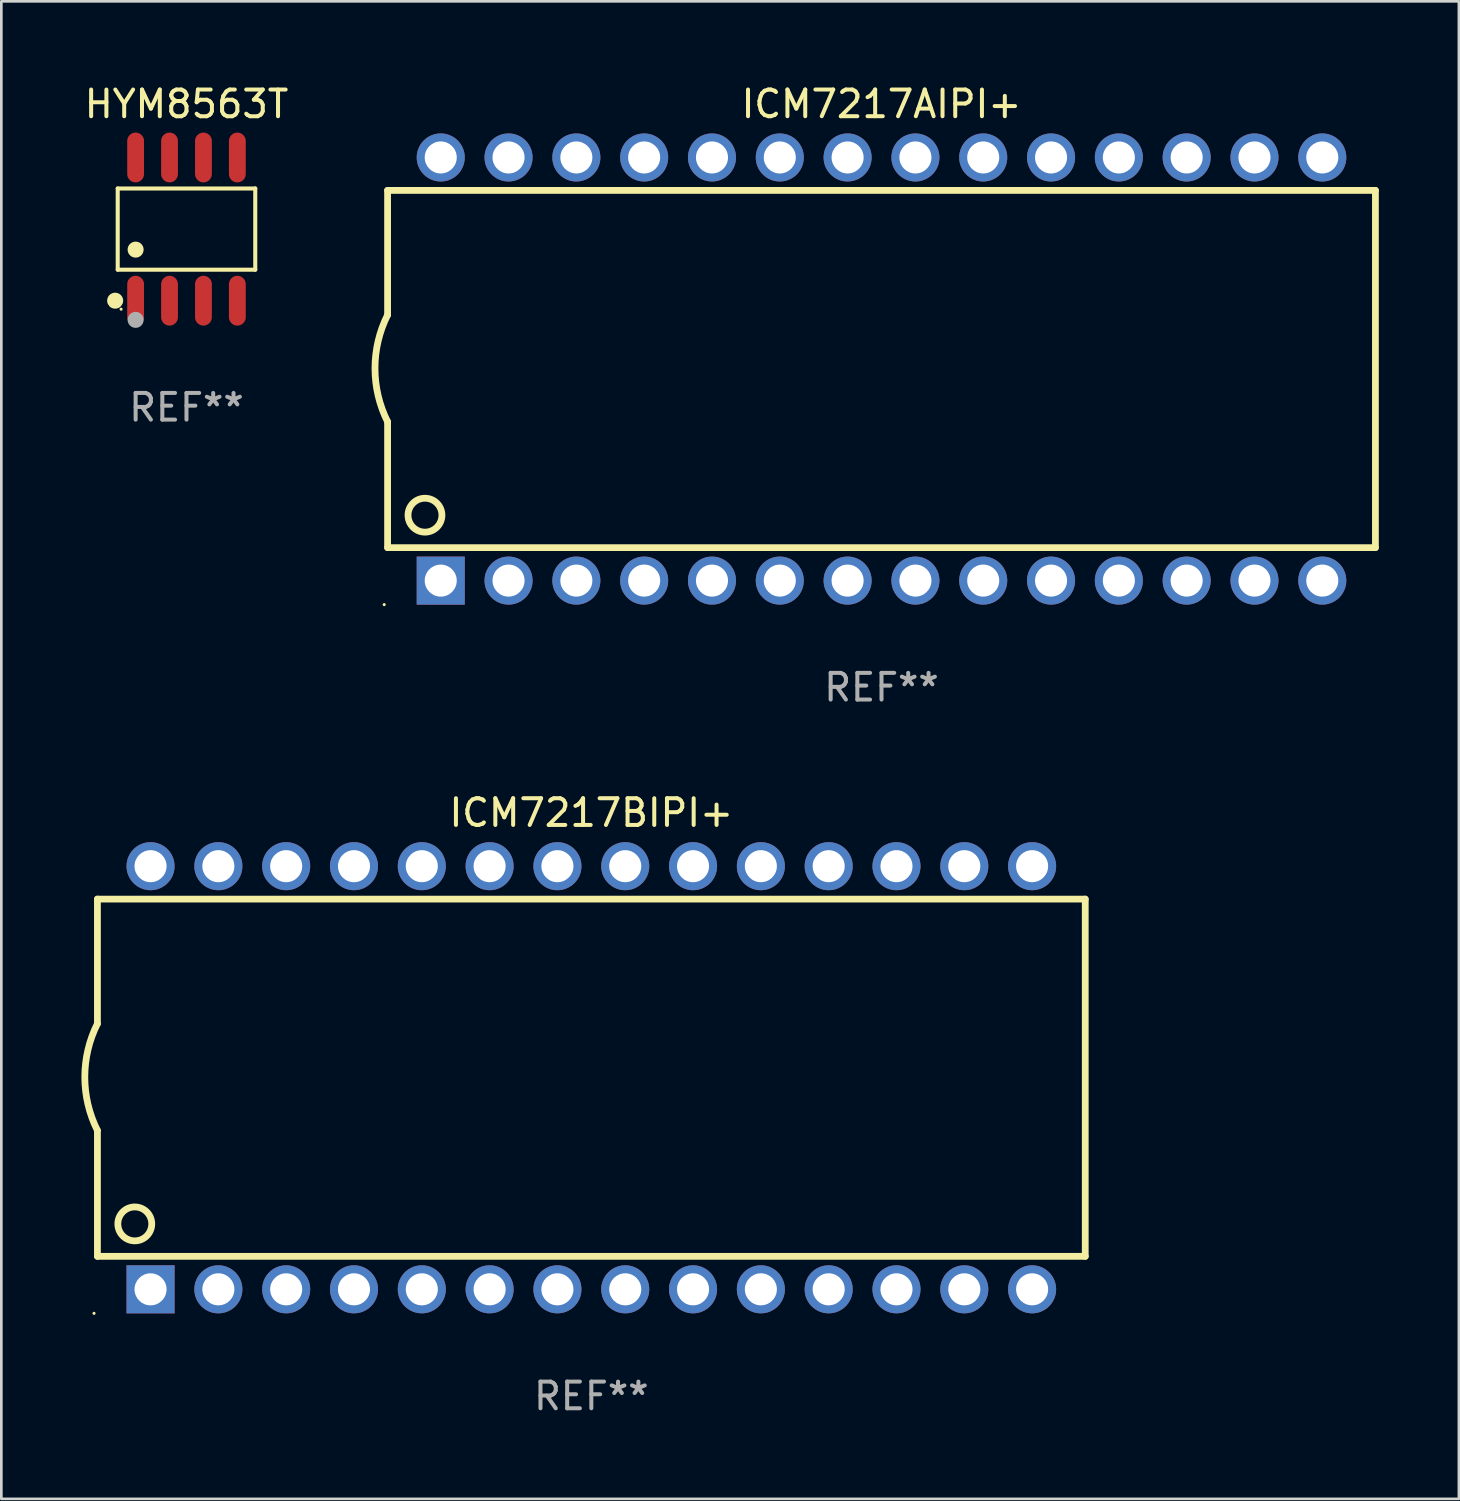
<source format=kicad_pcb>
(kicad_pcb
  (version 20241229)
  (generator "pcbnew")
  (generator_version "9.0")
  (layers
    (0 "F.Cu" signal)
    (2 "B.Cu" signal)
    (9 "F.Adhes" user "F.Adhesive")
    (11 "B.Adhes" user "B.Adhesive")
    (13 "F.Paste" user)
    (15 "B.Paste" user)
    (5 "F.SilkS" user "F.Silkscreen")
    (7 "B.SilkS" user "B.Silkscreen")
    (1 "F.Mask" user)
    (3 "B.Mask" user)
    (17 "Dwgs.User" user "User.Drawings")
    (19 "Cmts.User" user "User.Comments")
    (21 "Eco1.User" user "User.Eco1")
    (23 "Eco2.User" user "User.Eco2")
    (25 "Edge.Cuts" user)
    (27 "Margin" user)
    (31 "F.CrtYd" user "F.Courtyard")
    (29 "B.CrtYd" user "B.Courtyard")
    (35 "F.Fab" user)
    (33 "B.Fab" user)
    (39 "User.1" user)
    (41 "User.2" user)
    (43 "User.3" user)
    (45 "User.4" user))
  (footprint "HYM8563T"
    (layer "F.Cu")
    (at 3.935 5.531)
    (property "Reference" "HYM8563T" (at 0 -4.682 0) (layer "F.SilkS") (effects (font (size 1 1) (thickness 0.15))))
    (attr through_hole)
    (fp_line (start -2.576 -1.521) (end 2.576 -1.521) (stroke (width 0.152) (type solid)) (layer "F.SilkS"))
    (fp_line (start -2.576 1.521) (end -2.576 -1.521) (stroke (width 0.152) (type solid)) (layer "F.SilkS"))
    (fp_line (start 2.576 -1.521) (end 2.576 1.521) (stroke (width 0.152) (type solid)) (layer "F.SilkS"))
    (fp_line (start 2.576 1.521) (end -2.576 1.521) (stroke (width 0.152) (type solid)) (layer "F.SilkS"))
    (fp_circle (center -2.672 2.682) (end -2.522 2.682) (stroke (width 0.3) (type solid)) (fill no) (layer "F.SilkS"))
    (fp_circle (center -2.45 3) (end -2.42 3) (stroke (width 0.06) (type solid)) (fill no) (layer "F.SilkS"))
    (fp_circle (center -1.905 0.769) (end -1.755 0.769) (stroke (width 0.3) (type solid)) (fill no) (layer "F.SilkS"))
    (fp_circle (center -1.905 3.4) (end -1.755 3.4) (stroke (width 0.3) (type solid)) (fill no) (layer "F.Fab"))
    (fp_text user "REF**" (at 0 6.682 0) (layer "F.Fab") (effects (font (size 1 1) (thickness 0.15))))
    (pad "1" smd oval (at -1.905 2.682) (size 0.63 1.865) (layers "F.Cu" "F.Mask" "F.Paste"))
    (pad "2" smd oval (at -0.635 2.682) (size 0.63 1.865) (layers "F.Cu" "F.Mask" "F.Paste"))
    (pad "3" smd oval (at 0.635 2.682) (size 0.63 1.865) (layers "F.Cu" "F.Mask" "F.Paste"))
    (pad "4" smd oval (at 1.905 2.682) (size 0.63 1.865) (layers "F.Cu" "F.Mask" "F.Paste"))
    (pad "5" smd oval (at 1.905 -2.682) (size 0.63 1.865) (layers "F.Cu" "F.Mask" "F.Paste"))
    (pad "6" smd oval (at 0.635 -2.682) (size 0.63 1.865) (layers "F.Cu" "F.Mask" "F.Paste"))
    (pad "7" smd oval (at -0.635 -2.682) (size 0.63 1.865) (layers "F.Cu" "F.Mask" "F.Paste"))
    (pad "8" smd oval (at -1.905 -2.682) (size 0.63 1.865) (layers "F.Cu" "F.Mask" "F.Paste")))
  (footprint "ICM7217BIPI+"
    (layer "F.Cu")
    (at 19.099 37.319)
    (property "Reference" "ICM7217BIPI+" (at 0 -9.925 0) (layer "F.SilkS") (effects (font (size 1 1) (thickness 0.15))))
    (attr through_hole)
    (fp_line (start -18.5 -6.692) (end -18.5 -2.026) (stroke (width 0.254) (type solid)) (layer "F.SilkS"))
    (fp_line (start -18.5 6.689) (end -18.5 1.974) (stroke (width 0.254) (type solid)) (layer "F.SilkS"))
    (fp_line (start -18.5 6.689) (end 18.5 6.689) (stroke (width 0.254) (type solid)) (layer "F.SilkS"))
    (fp_line (start 18.5 -6.692) (end -18.5 -6.692) (stroke (width 0.254) (type solid)) (layer "F.SilkS"))
    (fp_line (start 18.5 6.689) (end 18.5 -6.692) (stroke (width 0.254) (type solid)) (layer "F.SilkS"))
    (fp_arc (start -18.500051 1.974346) (mid -18.972187 -0.025654) (end -18.500051 -2.025654) (stroke (width 0.254001) (type solid)) (layer "F.SilkS"))
    (fp_circle (center -18.627 8.824) (end -18.597 8.824) (stroke (width 0.06) (type solid)) (fill no) (layer "F.SilkS"))
    (fp_circle (center -17.1 5.474) (end -16.465 5.474) (stroke (width 0.254) (type solid)) (fill no) (layer "F.SilkS"))
    (fp_text user "REF**" (at 0 11.925 0) (layer "F.Fab") (effects (font (size 1 1) (thickness 0.15))))
    (pad "1" thru_hole rect (at -16.51 7.925) (size 1.8 1.8) (drill 1.2) (layers "*.Cu" "*.Mask"))
    (pad "2" thru_hole circle (at -13.97 7.924) (size 1.8 1.8) (drill 1.2) (layers "*.Cu" "*.Mask"))
    (pad "3" thru_hole circle (at -11.43 7.924) (size 1.8 1.8) (drill 1.2) (layers "*.Cu" "*.Mask"))
    (pad "4" thru_hole circle (at -8.89 7.924) (size 1.8 1.8) (drill 1.2) (layers "*.Cu" "*.Mask"))
    (pad "5" thru_hole circle (at -6.35 7.924) (size 1.8 1.8) (drill 1.2) (layers "*.Cu" "*.Mask"))
    (pad "6" thru_hole circle (at -3.81 7.924) (size 1.8 1.8) (drill 1.2) (layers "*.Cu" "*.Mask"))
    (pad "7" thru_hole circle (at -1.27 7.924) (size 1.8 1.8) (drill 1.2) (layers "*.Cu" "*.Mask"))
    (pad "8" thru_hole circle (at 1.27 7.924) (size 1.8 1.8) (drill 1.2) (layers "*.Cu" "*.Mask"))
    (pad "9" thru_hole circle (at 3.81 7.924) (size 1.8 1.8) (drill 1.2) (layers "*.Cu" "*.Mask"))
    (pad "10" thru_hole circle (at 6.35 7.924) (size 1.8 1.8) (drill 1.2) (layers "*.Cu" "*.Mask"))
    (pad "11" thru_hole circle (at 8.89 7.924) (size 1.8 1.8) (drill 1.2) (layers "*.Cu" "*.Mask"))
    (pad "12" thru_hole circle (at 11.43 7.924) (size 1.8 1.8) (drill 1.2) (layers "*.Cu" "*.Mask"))
    (pad "13" thru_hole circle (at 13.97 7.924) (size 1.8 1.8) (drill 1.2) (layers "*.Cu" "*.Mask"))
    (pad "14" thru_hole circle (at 16.51 7.924) (size 1.8 1.8) (drill 1.2) (layers "*.Cu" "*.Mask"))
    (pad "15" thru_hole circle (at 16.51 -7.925) (size 1.8 1.8) (drill 1.2) (layers "*.Cu" "*.Mask"))
    (pad "16" thru_hole circle (at 13.97 -7.925) (size 1.8 1.8) (drill 1.2) (layers "*.Cu" "*.Mask"))
    (pad "17" thru_hole circle (at 11.43 -7.925) (size 1.8 1.8) (drill 1.2) (layers "*.Cu" "*.Mask"))
    (pad "18" thru_hole circle (at 8.89 -7.925) (size 1.8 1.8) (drill 1.2) (layers "*.Cu" "*.Mask"))
    (pad "19" thru_hole circle (at 6.35 -7.925) (size 1.8 1.8) (drill 1.2) (layers "*.Cu" "*.Mask"))
    (pad "20" thru_hole circle (at 3.81 -7.925) (size 1.8 1.8) (drill 1.2) (layers "*.Cu" "*.Mask"))
    (pad "21" thru_hole circle (at 1.27 -7.925) (size 1.8 1.8) (drill 1.2) (layers "*.Cu" "*.Mask"))
    (pad "22" thru_hole circle (at -1.27 -7.925) (size 1.8 1.8) (drill 1.2) (layers "*.Cu" "*.Mask"))
    (pad "23" thru_hole circle (at -3.81 -7.925) (size 1.8 1.8) (drill 1.2) (layers "*.Cu" "*.Mask"))
    (pad "24" thru_hole circle (at -6.35 -7.925) (size 1.8 1.8) (drill 1.2) (layers "*.Cu" "*.Mask"))
    (pad "25" thru_hole circle (at -8.89 -7.925) (size 1.8 1.8) (drill 1.2) (layers "*.Cu" "*.Mask"))
    (pad "26" thru_hole circle (at -11.43 -7.925) (size 1.8 1.8) (drill 1.2) (layers "*.Cu" "*.Mask"))
    (pad "27" thru_hole circle (at -13.97 -7.925) (size 1.8 1.8) (drill 1.2) (layers "*.Cu" "*.Mask"))
    (pad "28" thru_hole circle (at -16.51 -7.925) (size 1.8 1.8) (drill 1.2) (layers "*.Cu" "*.Mask")))
  (footprint "ICM7217AIPI+"
    (layer "F.Cu")
    (at 29.968 10.773)
    (property "Reference" "ICM7217AIPI+" (at 0 -9.925 0) (layer "F.SilkS") (effects (font (size 1 1) (thickness 0.15))))
    (attr through_hole)
    (fp_line (start -18.5 -6.692) (end -18.5 -2.026) (stroke (width 0.254) (type solid)) (layer "F.SilkS"))
    (fp_line (start -18.5 6.689) (end -18.5 1.974) (stroke (width 0.254) (type solid)) (layer "F.SilkS"))
    (fp_line (start -18.5 6.689) (end 18.5 6.689) (stroke (width 0.254) (type solid)) (layer "F.SilkS"))
    (fp_line (start 18.5 -6.692) (end -18.5 -6.692) (stroke (width 0.254) (type solid)) (layer "F.SilkS"))
    (fp_line (start 18.5 6.689) (end 18.5 -6.692) (stroke (width 0.254) (type solid)) (layer "F.SilkS"))
    (fp_arc (start -18.500051 1.974346) (mid -18.972187 -0.025654) (end -18.500051 -2.025654) (stroke (width 0.254001) (type solid)) (layer "F.SilkS"))
    (fp_circle (center -18.627 8.824) (end -18.597 8.824) (stroke (width 0.06) (type solid)) (fill no) (layer "F.SilkS"))
    (fp_circle (center -17.1 5.474) (end -16.465 5.474) (stroke (width 0.254) (type solid)) (fill no) (layer "F.SilkS"))
    (fp_text user "REF**" (at 0 11.925 0) (layer "F.Fab") (effects (font (size 1 1) (thickness 0.15))))
    (pad "1" thru_hole rect (at -16.51 7.925) (size 1.8 1.8) (drill 1.2) (layers "*.Cu" "*.Mask"))
    (pad "2" thru_hole circle (at -13.97 7.924) (size 1.8 1.8) (drill 1.2) (layers "*.Cu" "*.Mask"))
    (pad "3" thru_hole circle (at -11.43 7.924) (size 1.8 1.8) (drill 1.2) (layers "*.Cu" "*.Mask"))
    (pad "4" thru_hole circle (at -8.89 7.924) (size 1.8 1.8) (drill 1.2) (layers "*.Cu" "*.Mask"))
    (pad "5" thru_hole circle (at -6.35 7.924) (size 1.8 1.8) (drill 1.2) (layers "*.Cu" "*.Mask"))
    (pad "6" thru_hole circle (at -3.81 7.924) (size 1.8 1.8) (drill 1.2) (layers "*.Cu" "*.Mask"))
    (pad "7" thru_hole circle (at -1.27 7.924) (size 1.8 1.8) (drill 1.2) (layers "*.Cu" "*.Mask"))
    (pad "8" thru_hole circle (at 1.27 7.924) (size 1.8 1.8) (drill 1.2) (layers "*.Cu" "*.Mask"))
    (pad "9" thru_hole circle (at 3.81 7.924) (size 1.8 1.8) (drill 1.2) (layers "*.Cu" "*.Mask"))
    (pad "10" thru_hole circle (at 6.35 7.924) (size 1.8 1.8) (drill 1.2) (layers "*.Cu" "*.Mask"))
    (pad "11" thru_hole circle (at 8.89 7.924) (size 1.8 1.8) (drill 1.2) (layers "*.Cu" "*.Mask"))
    (pad "12" thru_hole circle (at 11.43 7.924) (size 1.8 1.8) (drill 1.2) (layers "*.Cu" "*.Mask"))
    (pad "13" thru_hole circle (at 13.97 7.924) (size 1.8 1.8) (drill 1.2) (layers "*.Cu" "*.Mask"))
    (pad "14" thru_hole circle (at 16.51 7.924) (size 1.8 1.8) (drill 1.2) (layers "*.Cu" "*.Mask"))
    (pad "15" thru_hole circle (at 16.51 -7.925) (size 1.8 1.8) (drill 1.2) (layers "*.Cu" "*.Mask"))
    (pad "16" thru_hole circle (at 13.97 -7.925) (size 1.8 1.8) (drill 1.2) (layers "*.Cu" "*.Mask"))
    (pad "17" thru_hole circle (at 11.43 -7.925) (size 1.8 1.8) (drill 1.2) (layers "*.Cu" "*.Mask"))
    (pad "18" thru_hole circle (at 8.89 -7.925) (size 1.8 1.8) (drill 1.2) (layers "*.Cu" "*.Mask"))
    (pad "19" thru_hole circle (at 6.35 -7.925) (size 1.8 1.8) (drill 1.2) (layers "*.Cu" "*.Mask"))
    (pad "20" thru_hole circle (at 3.81 -7.925) (size 1.8 1.8) (drill 1.2) (layers "*.Cu" "*.Mask"))
    (pad "21" thru_hole circle (at 1.27 -7.925) (size 1.8 1.8) (drill 1.2) (layers "*.Cu" "*.Mask"))
    (pad "22" thru_hole circle (at -1.27 -7.925) (size 1.8 1.8) (drill 1.2) (layers "*.Cu" "*.Mask"))
    (pad "23" thru_hole circle (at -3.81 -7.925) (size 1.8 1.8) (drill 1.2) (layers "*.Cu" "*.Mask"))
    (pad "24" thru_hole circle (at -6.35 -7.925) (size 1.8 1.8) (drill 1.2) (layers "*.Cu" "*.Mask"))
    (pad "25" thru_hole circle (at -8.89 -7.925) (size 1.8 1.8) (drill 1.2) (layers "*.Cu" "*.Mask"))
    (pad "26" thru_hole circle (at -11.43 -7.925) (size 1.8 1.8) (drill 1.2) (layers "*.Cu" "*.Mask"))
    (pad "27" thru_hole circle (at -13.97 -7.925) (size 1.8 1.8) (drill 1.2) (layers "*.Cu" "*.Mask"))
    (pad "28" thru_hole circle (at -16.51 -7.925) (size 1.8 1.8) (drill 1.2) (layers "*.Cu" "*.Mask")))
  (gr_rect
    (start -3 -3)
    (end 51.595 53.092)
    (stroke (width 0.1) (type default))
    (fill no)
    (layer "Edge.Cuts")))
</source>
